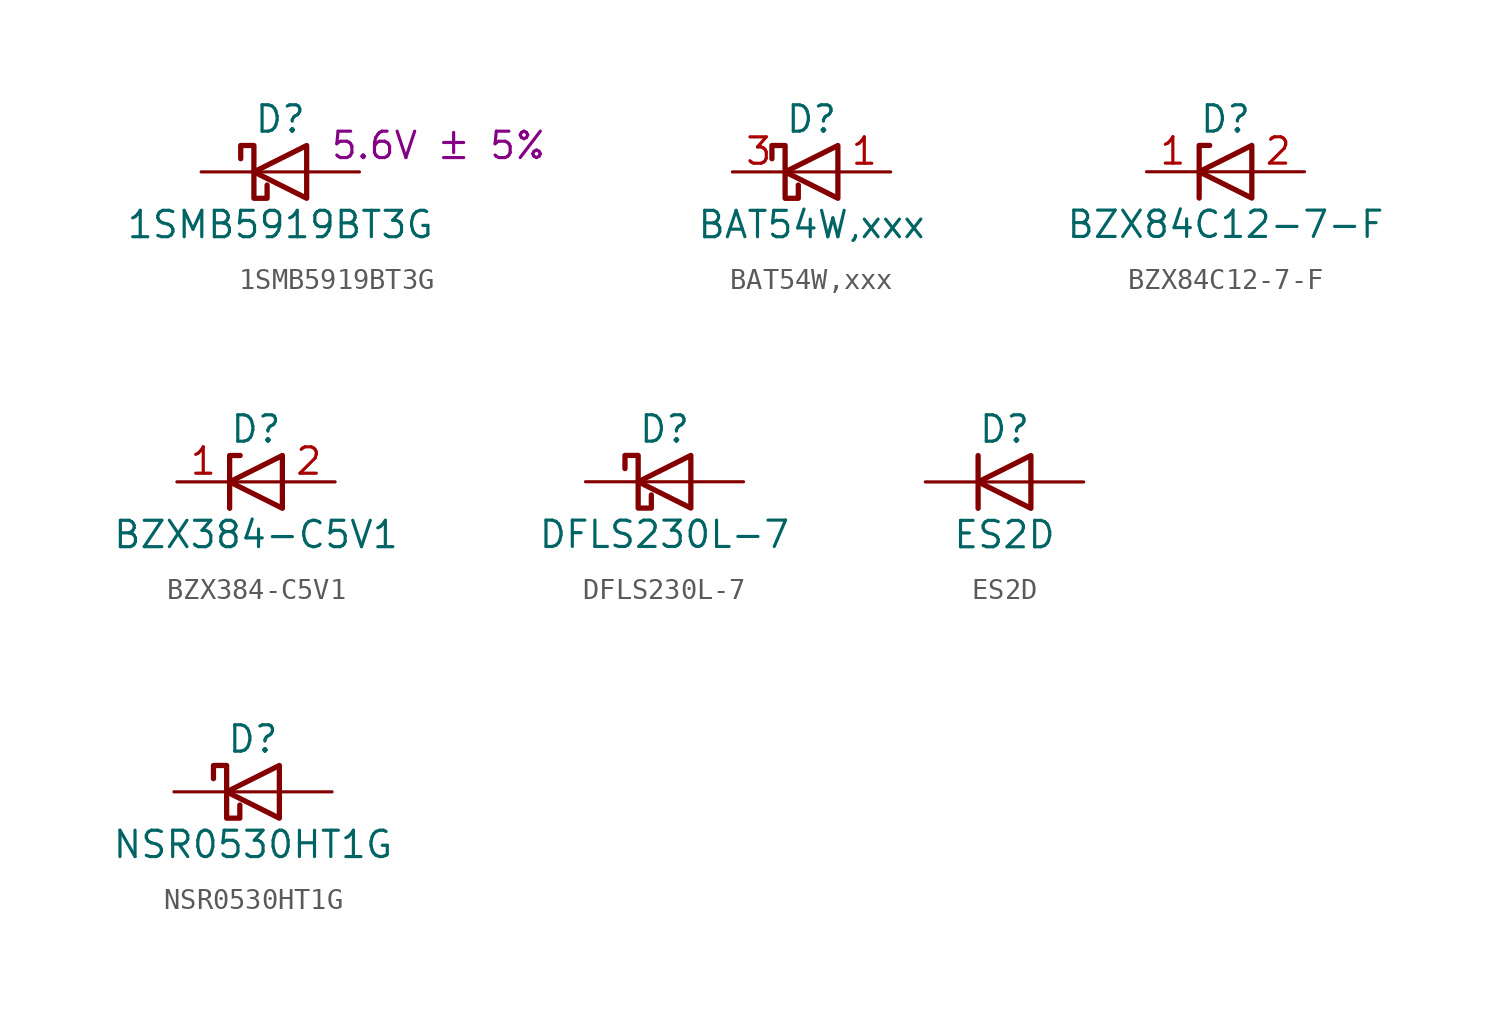
<source format=kicad_sym>
(kicad_symbol_lib
  (version 20241209)
  (generator "kicad_symbol_editor")
  (generator_version "9.0")
  (symbol "1SMB5919BT3G"
    (pin_numbers
      (hide yes))
    (pin_names
      (offset 1.016)
      (hide yes))
    (property "Reference" "D"
      (at 0 2.54 0)
      (effects (font (size 1.27 1.27))))
    (property "Value" "1SMB5919BT3G"
      (at 0 -2.54 0)
      (effects (font (size 1.27 1.27))))
    (property "Voltage" "5.6V ± 5%"
      (at 7.62 1.27 0)
      (effects (font (size 1.27 1.27))))
    (symbol "1SMB5919BT3G_0_1"
      (polyline (pts (xy -1.905 0.635) (xy -1.905 1.27) (xy -1.27 1.27) (xy -1.27 -1.27) (xy -0.635 -1.27) (xy -0.635 -0.635)) (stroke (width 0.254) (type default)) (fill (type none)))
      (polyline (pts (xy 1.27 1.27) (xy 1.27 -1.27) (xy -1.27 0) (xy 1.27 1.27)) (stroke (width 0.254) (type default)) (fill (type none)))
      (polyline (pts (xy 1.27 0) (xy -1.27 0)) (stroke (width 0) (type default)) (fill (type none))))
    (symbol "1SMB5919BT3G_1_1"
      (pin passive line (at -3.81 0 0) (length 2.54) (name "K" (effects (font (size 1.27 1.27)))) (number "1" (effects (font (size 1.27 1.27)))))
      (pin passive line (at 3.81 0 180) (length 2.54) (name "A" (effects (font (size 1.27 1.27)))) (number "2" (effects (font (size 1.27 1.27)))))))
  (symbol "BAT54W,xxx"
    (pin_names
      (offset 1.016)
      (hide yes))
    (property "Reference" "D"
      (at 0 2.54 0)
      (effects (font (size 1.27 1.27))))
    (property "Value" "BAT54W,xxx"
      (at 0 -2.54 0)
      (effects (font (size 1.27 1.27))))
    (symbol "BAT54W,xxx_0_1"
      (polyline (pts (xy -1.905 0.635) (xy -1.905 1.27) (xy -1.27 1.27) (xy -1.27 -1.27) (xy -0.635 -1.27) (xy -0.635 -0.635)) (stroke (width 0.254) (type default)) (fill (type none)))
      (polyline (pts (xy 1.27 1.27) (xy 1.27 -1.27) (xy -1.27 0) (xy 1.27 1.27)) (stroke (width 0.254) (type default)) (fill (type none)))
      (polyline (pts (xy 1.27 0) (xy -1.27 0)) (stroke (width 0) (type default)) (fill (type none))))
    (symbol "BAT54W,xxx_1_1"
      (pin passive line (at -3.81 0 0) (length 2.54) (name "K" (effects (font (size 1.27 1.27)))) (number "3" (effects (font (size 1.27 1.27)))))
      (pin no_connect line (at 0 0 90) (length 2.54) (hide yes) (name "NC" (effects (font (size 1.27 1.27)))) (number "2" (effects (font (size 1.27 1.27)))))
      (pin passive line (at 3.81 0 180) (length 2.54) (name "A" (effects (font (size 1.27 1.27)))) (number "1" (effects (font (size 1.27 1.27)))))))
  (symbol "BZX84C12-7-F"
    (pin_names
      (offset 1.016)
      (hide yes))
    (property "Reference" "D"
      (at 0 2.54 0)
      (effects (font (size 1.27 1.27))))
    (property "Value" "BZX84C12-7-F"
      (at 0 -2.54 0)
      (effects (font (size 1.27 1.27))))
    (symbol "BZX84C12-7-F_0_1"
      (polyline (pts (xy -1.27 -1.27) (xy -1.27 1.27) (xy -0.762 1.27)) (stroke (width 0.254) (type default)) (fill (type none)))
      (polyline (pts (xy 1.27 0) (xy -1.27 0)) (stroke (width 0) (type default)) (fill (type none)))
      (polyline (pts (xy 1.27 -1.27) (xy 1.27 1.27) (xy -1.27 0) (xy 1.27 -1.27)) (stroke (width 0.254) (type default)) (fill (type none))))
    (symbol "BZX84C12-7-F_1_1"
      (pin passive line (at -3.81 0 0) (length 2.54) (name "K" (effects (font (size 1.27 1.27)))) (number "1" (effects (font (size 1.27 1.27)))))
      (pin passive line (at 3.81 0 180) (length 2.54) (name "A" (effects (font (size 1.27 1.27)))) (number "2" (effects (font (size 1.27 1.27)))))))
  (symbol "BZX384-C5V1"
    (pin_names
      (offset 1.016)
      (hide yes))
    (property "Reference" "D"
      (at 0 2.54 0)
      (effects (font (size 1.27 1.27))))
    (property "Value" "BZX384-C5V1"
      (at 0 -2.54 0)
      (effects (font (size 1.27 1.27))))
    (symbol "BZX384-C5V1_0_1"
      (polyline (pts (xy -1.27 -1.27) (xy -1.27 1.27) (xy -0.762 1.27)) (stroke (width 0.254) (type default)) (fill (type none)))
      (polyline (pts (xy 1.27 0) (xy -1.27 0)) (stroke (width 0) (type default)) (fill (type none)))
      (polyline (pts (xy 1.27 -1.27) (xy 1.27 1.27) (xy -1.27 0) (xy 1.27 -1.27)) (stroke (width 0.254) (type default)) (fill (type none))))
    (symbol "BZX384-C5V1_1_1"
      (pin passive line (at -3.81 0 0) (length 2.54) (name "K" (effects (font (size 1.27 1.27)))) (number "1" (effects (font (size 1.27 1.27)))))
      (pin passive line (at 3.81 0 180) (length 2.54) (name "A" (effects (font (size 1.27 1.27)))) (number "2" (effects (font (size 1.27 1.27)))))))
  (symbol "DFLS230L-7"
    (pin_numbers
      (hide yes))
    (pin_names
      (offset 1.016)
      (hide yes))
    (property "Reference" "D"
      (at 0 2.54 0)
      (effects (font (size 1.27 1.27))))
    (property "Value" "DFLS230L-7"
      (at 0 -2.54 0)
      (effects (font (size 1.27 1.27))))
    (symbol "DFLS230L-7_0_1"
      (polyline (pts (xy -1.905 0.635) (xy -1.905 1.27) (xy -1.27 1.27) (xy -1.27 -1.27) (xy -0.635 -1.27) (xy -0.635 -0.635)) (stroke (width 0.254) (type default)) (fill (type none)))
      (polyline (pts (xy 1.27 1.27) (xy 1.27 -1.27) (xy -1.27 0) (xy 1.27 1.27)) (stroke (width 0.254) (type default)) (fill (type none)))
      (polyline (pts (xy 1.27 0) (xy -1.27 0)) (stroke (width 0) (type default)) (fill (type none))))
    (symbol "DFLS230L-7_1_1"
      (pin passive line (at -3.81 0 0) (length 2.54) (name "K" (effects (font (size 1.27 1.27)))) (number "1" (effects (font (size 1.27 1.27)))))
      (pin passive line (at 3.81 0 180) (length 2.54) (name "A" (effects (font (size 1.27 1.27)))) (number "2" (effects (font (size 1.27 1.27)))))))
  (symbol "ES2D"
    (pin_numbers
      (hide yes))
    (pin_names
      (offset 1.016)
      (hide yes))
    (property "Reference" "D"
      (at 0 2.54 0)
      (effects (font (size 1.27 1.27))))
    (property "Value" "ES2D"
      (at 0 -2.54 0)
      (effects (font (size 1.27 1.27))))
    (symbol "ES2D_0_1"
      (polyline (pts (xy -1.27 1.27) (xy -1.27 -1.27)) (stroke (width 0.254) (type default)) (fill (type none)))
      (polyline (pts (xy 1.27 1.27) (xy 1.27 -1.27) (xy -1.27 0) (xy 1.27 1.27)) (stroke (width 0.254) (type default)) (fill (type none)))
      (polyline (pts (xy 1.27 0) (xy -1.27 0)) (stroke (width 0) (type default)) (fill (type none))))
    (symbol "ES2D_1_1"
      (pin passive line (at -3.81 0 0) (length 2.54) (name "K" (effects (font (size 1.27 1.27)))) (number "1" (effects (font (size 1.27 1.27)))))
      (pin passive line (at 3.81 0 180) (length 2.54) (name "A" (effects (font (size 1.27 1.27)))) (number "2" (effects (font (size 1.27 1.27)))))))
  (symbol "NSR0530HT1G"
    (pin_numbers
      (hide yes))
    (pin_names
      (offset 1.016)
      (hide yes))
    (property "Reference" "D"
      (at 0 2.54 0)
      (effects (font (size 1.27 1.27))))
    (property "Value" "NSR0530HT1G"
      (at 0 -2.54 0)
      (effects (font (size 1.27 1.27))))
    (symbol "NSR0530HT1G_0_1"
      (polyline (pts (xy -1.905 0.635) (xy -1.905 1.27) (xy -1.27 1.27) (xy -1.27 -1.27) (xy -0.635 -1.27) (xy -0.635 -0.635)) (stroke (width 0.254) (type default)) (fill (type none)))
      (polyline (pts (xy 1.27 1.27) (xy 1.27 -1.27) (xy -1.27 0) (xy 1.27 1.27)) (stroke (width 0.254) (type default)) (fill (type none)))
      (polyline (pts (xy 1.27 0) (xy -1.27 0)) (stroke (width 0) (type default)) (fill (type none))))
    (symbol "NSR0530HT1G_1_1"
      (pin passive line (at -3.81 0 0) (length 2.54) (name "K" (effects (font (size 1.27 1.27)))) (number "1" (effects (font (size 1.27 1.27)))))
      (pin passive line (at 3.81 0 180) (length 2.54) (name "A" (effects (font (size 1.27 1.27)))) (number "2" (effects (font (size 1.27 1.27))))))))
</source>
